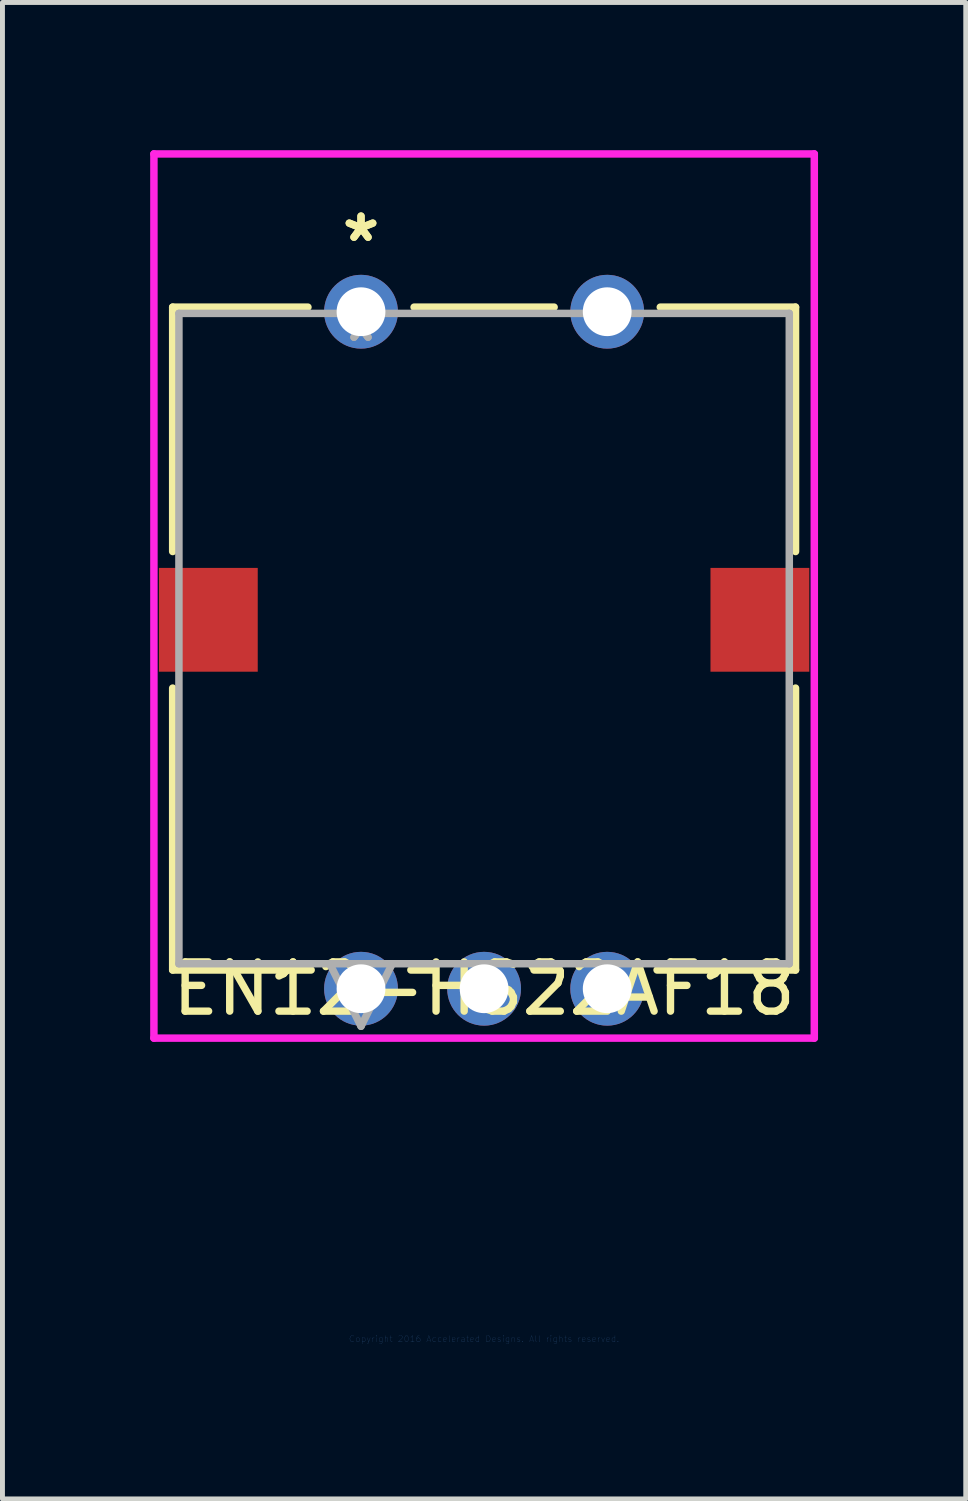
<source format=kicad_pcb>
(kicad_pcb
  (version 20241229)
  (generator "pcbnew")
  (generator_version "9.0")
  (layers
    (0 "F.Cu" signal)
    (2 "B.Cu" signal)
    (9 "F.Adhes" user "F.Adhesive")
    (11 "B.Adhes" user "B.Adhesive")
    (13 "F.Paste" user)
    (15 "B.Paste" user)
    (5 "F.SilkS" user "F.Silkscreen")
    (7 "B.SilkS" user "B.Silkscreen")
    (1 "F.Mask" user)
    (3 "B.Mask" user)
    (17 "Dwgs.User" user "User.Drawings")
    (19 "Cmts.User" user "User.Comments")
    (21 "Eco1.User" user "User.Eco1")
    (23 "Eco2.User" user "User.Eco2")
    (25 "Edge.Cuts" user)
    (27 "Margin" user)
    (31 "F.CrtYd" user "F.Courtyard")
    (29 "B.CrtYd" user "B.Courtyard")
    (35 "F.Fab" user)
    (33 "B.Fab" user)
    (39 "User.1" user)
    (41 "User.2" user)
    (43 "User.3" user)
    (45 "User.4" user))
  (footprint "EN12-HS22AF18"
    (layer "F.Cu")
    (at 6.782 24.143)
    (property "Reference" "EN12-HS22AF18" (at 0 -7.112 0) (layer "F.SilkS") (effects (font (size 1 1) (thickness 0.15))))
    (attr through_hole)
    (fp_line (start -6.325 -20.955) (end -6.325 -15.992) (stroke (width 0.152) (type solid)) (layer "F.SilkS"))
    (fp_line (start -6.325 -13.218) (end -6.325 -7.493) (stroke (width 0.152) (type solid)) (layer "F.SilkS"))
    (fp_line (start -6.325 -7.493) (end -3.513 -7.493) (stroke (width 0.152) (type solid)) (layer "F.SilkS"))
    (fp_line (start -3.578 -20.955) (end -6.325 -20.955) (stroke (width 0.152) (type solid)) (layer "F.SilkS"))
    (fp_line (start -1.487 -7.493) (end -1.013 -7.493) (stroke (width 0.152) (type solid)) (layer "F.SilkS"))
    (fp_line (start 1.013 -7.493) (end 1.487 -7.493) (stroke (width 0.152) (type solid)) (layer "F.SilkS"))
    (fp_line (start 1.422 -20.955) (end -1.422 -20.955) (stroke (width 0.152) (type solid)) (layer "F.SilkS"))
    (fp_line (start 3.513 -7.493) (end 6.325 -7.493) (stroke (width 0.152) (type solid)) (layer "F.SilkS"))
    (fp_line (start 6.325 -20.955) (end 3.578 -20.955) (stroke (width 0.152) (type solid)) (layer "F.SilkS"))
    (fp_line (start 6.325 -15.992) (end 6.325 -20.955) (stroke (width 0.152) (type solid)) (layer "F.SilkS"))
    (fp_line (start 6.325 -7.493) (end 6.325 -13.218) (stroke (width 0.152) (type solid)) (layer "F.SilkS"))
    (fp_line (start -6.706 -24.067) (end -6.706 -6.109) (stroke (width 0.152) (type solid)) (layer "F.CrtYd"))
    (fp_line (start -6.706 -6.109) (end 6.706 -6.109) (stroke (width 0.152) (type solid)) (layer "F.CrtYd"))
    (fp_line (start 6.706 -24.067) (end -6.706 -24.067) (stroke (width 0.152) (type solid)) (layer "F.CrtYd"))
    (fp_line (start 6.706 -6.109) (end 6.706 -24.067) (stroke (width 0.152) (type solid)) (layer "F.CrtYd"))
    (fp_line (start -6.198 -20.828) (end -6.198 -7.62) (stroke (width 0.152) (type solid)) (layer "F.Fab"))
    (fp_line (start -6.198 -7.62) (end 6.198 -7.62) (stroke (width 0.152) (type solid)) (layer "F.Fab"))
    (fp_line (start -3.135 -7.62) (end -2.5 -6.35) (stroke (width 0.152) (type solid)) (layer "F.Fab"))
    (fp_line (start -1.865 -7.62) (end -2.5 -6.35) (stroke (width 0.152) (type solid)) (layer "F.Fab"))
    (fp_line (start 6.198 -20.828) (end -6.198 -20.828) (stroke (width 0.152) (type solid)) (layer "F.Fab"))
    (fp_line (start 6.198 -7.62) (end 6.198 -20.828) (stroke (width 0.152) (type solid)) (layer "F.Fab"))
    (fp_text user "*" (at -2.5 -22.259 0) (layer "F.SilkS") (effects (font (size 1 1) (thickness 0.15))))
    (fp_text user "*" (at -2.5 -22.259 0) (layer "F.SilkS") (effects (font (size 1 1) (thickness 0.15))))
    (fp_text user "Copyright 2016 Accelerated Designs. All rights reserved." (at 0 0 0) (layer "Cmts.User") (effects (font (size 0.127 0.127) (thickness 0.002))))
    (fp_text user "*" (at -2.5 -20.227 0) (layer "F.Fab") (effects (font (size 1 1) (thickness 0.15))))
    (fp_text user "*" (at -2.5 -20.227 0) (layer "F.Fab") (effects (font (size 1 1) (thickness 0.15))))
    (pad "1" thru_hole circle (at -2.5 -7.112) (size 1.499 1.499) (drill 0.991) (layers "*.Cu" "*.Mask"))
    (pad "2" thru_hole circle (at 2.5 -7.112) (size 1.499 1.499) (drill 0.991) (layers "*.Cu" "*.Mask"))
    (pad "3" thru_hole circle (at 0 -7.112) (size 1.499 1.499) (drill 0.991) (layers "*.Cu" "*.Mask"))
    (pad "4" thru_hole circle (at -2.5 -20.862) (size 1.499 1.499) (drill 0.991) (layers "*.Cu" "*.Mask"))
    (pad "5" thru_hole circle (at 2.5 -20.862) (size 1.499 1.499) (drill 0.991) (layers "*.Cu" "*.Mask"))
    (pad "6" smd rect (at -5.601 -14.605) (size 2.007 2.108) (layers "F.Cu" "F.Mask" "F.Paste"))
    (pad "7" smd rect (at 5.601 -14.605) (size 2.007 2.108) (layers "F.Cu" "F.Mask" "F.Paste")))
  (gr_rect
    (start -3 -3)
    (end 16.564 27.393)
    (stroke (width 0.1) (type default))
    (fill no)
    (layer "Edge.Cuts")))
</source>
